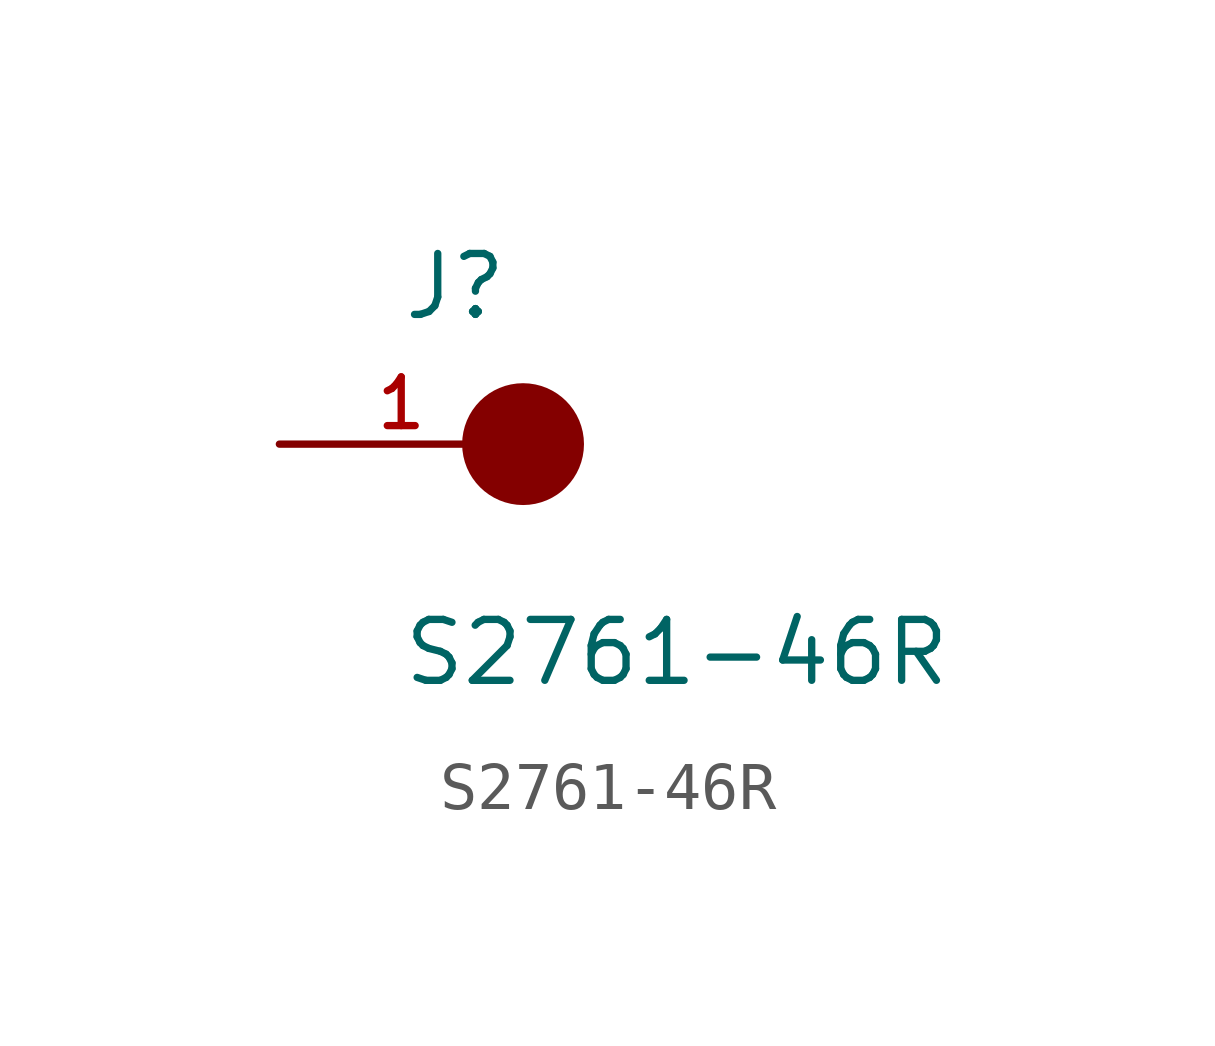
<source format=kicad_sym>
(kicad_symbol_lib
  (version 20211014)
  (generator kicad_symbol_editor)
  (symbol "S2761-46R"
    (pin_names
      (offset 1.016))
    (property "Reference" "J"
      (at -2.544 2.541 0)
      (effects (font (size 1.27 1.27)) (justify bottom left)))
    (property "Value" "S2761-46R"
      (at -2.55 -5.087 0)
      (effects (font (size 1.27 1.27)) (justify bottom left)))
    (symbol "S2761-46R_0_0"
      (circle (center 0.0 0.0) (radius 0.635) (stroke (width 1.27)) (fill (type none)))
      (pin passive line (at -5.08 0.0 0) (length 5.08) (name "~" (effects (font (size 1.016 1.016)))) (number "1" (effects (font (size 1.016 1.016))))))))
</source>
